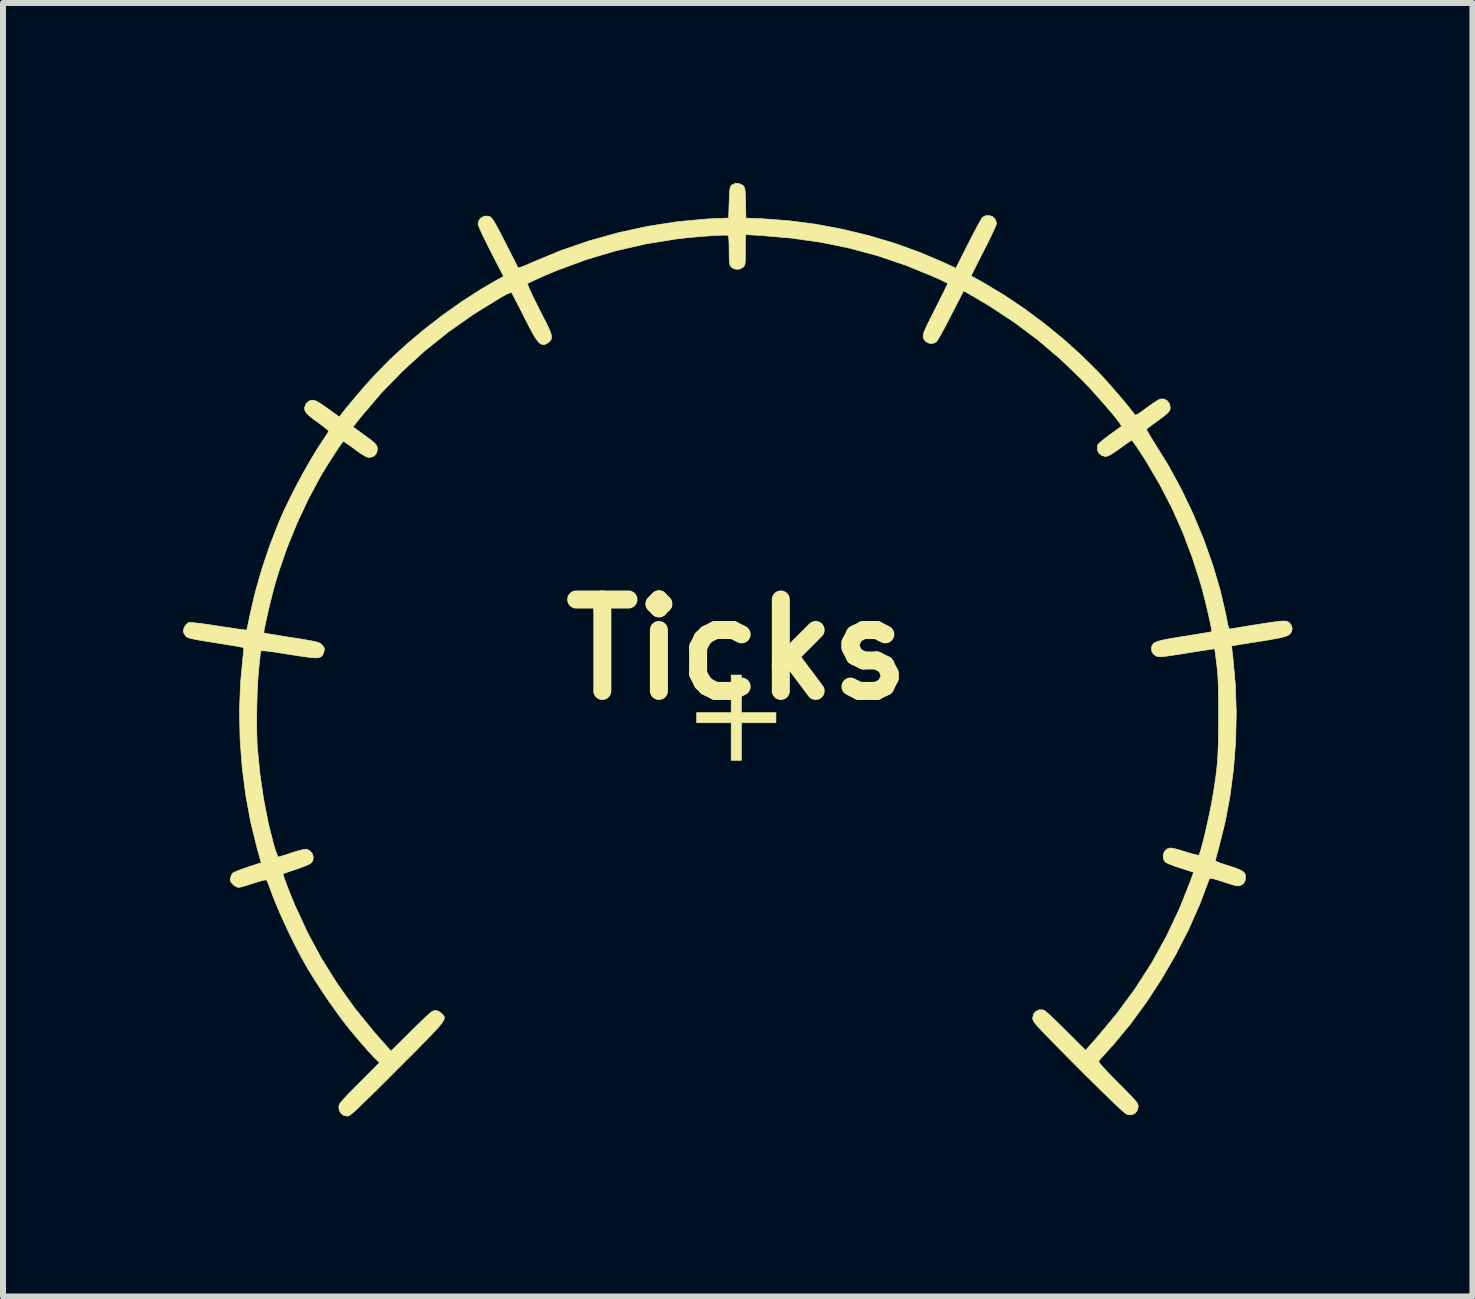
<source format=kicad_pcb>
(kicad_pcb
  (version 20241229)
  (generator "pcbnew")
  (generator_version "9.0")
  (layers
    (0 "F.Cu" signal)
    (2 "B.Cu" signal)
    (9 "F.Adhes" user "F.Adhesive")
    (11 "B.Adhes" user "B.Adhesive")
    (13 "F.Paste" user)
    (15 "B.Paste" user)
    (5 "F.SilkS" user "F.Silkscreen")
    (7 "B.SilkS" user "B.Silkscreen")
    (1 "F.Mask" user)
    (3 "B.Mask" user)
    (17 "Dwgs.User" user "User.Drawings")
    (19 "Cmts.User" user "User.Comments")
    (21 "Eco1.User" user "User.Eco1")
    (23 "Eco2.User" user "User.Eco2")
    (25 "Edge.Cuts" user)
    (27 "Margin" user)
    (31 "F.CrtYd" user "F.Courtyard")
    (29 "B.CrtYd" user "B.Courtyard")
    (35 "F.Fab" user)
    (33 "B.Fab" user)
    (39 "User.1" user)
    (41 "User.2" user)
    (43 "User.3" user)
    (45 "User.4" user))
  (footprint "Ticks"
    (layer "F.Cu")
    (at 9.24 7.778)
    (property "Reference" "Ticks" (at 0 0 0) (layer "F.SilkS") (effects (font (size 1.524 1.524) (thickness 0.3))))
    (attr through_hole)
    (fp_poly (pts (xy 0.068 1.051) (xy 0.644 1.051) (xy 0.644 1.22) (xy 0.068 1.22) (xy 0.068 1.847) (xy -0.102 1.847) (xy -0.102 1.22) (xy -0.678 1.22) (xy -0.678 1.051) (xy -0.102 1.051) (xy -0.102 0.424) (xy 0.068 0.424) (xy 0.068 1.051)) (stroke (width 0.01) (type solid)) (fill yes) (layer "F.SilkS"))
    (fp_poly (pts (xy 0.018 -7.772) (xy 0.068 -7.752) (xy 0.092 -7.738) (xy 0.11 -7.72) (xy 0.122 -7.694) (xy 0.13 -7.653) (xy 0.135 -7.594) (xy 0.138 -7.51) (xy 0.14 -7.422) (xy 0.144 -7.193) (xy 0.424 -7.181) (xy 0.86 -7.149) (xy 1.306 -7.091) (xy 1.754 -7.007) (xy 2.199 -6.899) (xy 2.634 -6.769) (xy 3.052 -6.618) (xy 3.448 -6.448) (xy 3.469 -6.439) (xy 3.643 -6.357) (xy 3.849 -6.765) (xy 3.905 -6.875) (xy 3.958 -6.975) (xy 4.004 -7.063) (xy 4.043 -7.134) (xy 4.071 -7.182) (xy 4.086 -7.204) (xy 4.135 -7.231) (xy 4.195 -7.236) (xy 4.252 -7.219) (xy 4.286 -7.191) (xy 4.311 -7.146) (xy 4.321 -7.103) (xy 4.313 -7.077) (xy 4.292 -7.026) (xy 4.259 -6.953) (xy 4.216 -6.863) (xy 4.166 -6.761) (xy 4.11 -6.651) (xy 4.108 -6.647) (xy 4.052 -6.538) (xy 4.003 -6.44) (xy 3.961 -6.356) (xy 3.928 -6.291) (xy 3.907 -6.247) (xy 3.9 -6.229) (xy 3.9 -6.229) (xy 3.916 -6.22) (xy 3.956 -6.197) (xy 4.016 -6.164) (xy 4.088 -6.123) (xy 4.126 -6.102) (xy 4.455 -5.904) (xy 4.787 -5.681) (xy 5.116 -5.436) (xy 5.434 -5.177) (xy 5.734 -4.907) (xy 6.01 -4.634) (xy 6.086 -4.552) (xy 6.165 -4.465) (xy 6.249 -4.37) (xy 6.335 -4.271) (xy 6.418 -4.174) (xy 6.492 -4.085) (xy 6.555 -4.007) (xy 6.601 -3.948) (xy 6.614 -3.93) (xy 6.625 -3.916) (xy 6.638 -3.91) (xy 6.656 -3.915) (xy 6.687 -3.931) (xy 6.733 -3.963) (xy 6.8 -4.012) (xy 6.824 -4.03) (xy 6.896 -4.081) (xy 6.961 -4.126) (xy 7.015 -4.159) (xy 7.049 -4.176) (xy 7.052 -4.177) (xy 7.113 -4.177) (xy 7.166 -4.149) (xy 7.204 -4.101) (xy 7.217 -4.041) (xy 7.216 -4.012) (xy 7.207 -3.986) (xy 7.189 -3.959) (xy 7.155 -3.927) (xy 7.104 -3.885) (xy 7.029 -3.83) (xy 7.007 -3.813) (xy 6.94 -3.765) (xy 6.884 -3.723) (xy 6.843 -3.693) (xy 6.824 -3.677) (xy 6.823 -3.677) (xy 6.827 -3.659) (xy 6.848 -3.619) (xy 6.881 -3.561) (xy 6.925 -3.49) (xy 6.953 -3.446) (xy 7.187 -3.068) (xy 7.403 -2.67) (xy 7.6 -2.257) (xy 7.775 -1.836) (xy 7.926 -1.41) (xy 8.051 -0.987) (xy 8.147 -0.571) (xy 8.16 -0.503) (xy 8.174 -0.428) (xy 8.185 -0.38) (xy 8.196 -0.354) (xy 8.208 -0.345) (xy 8.226 -0.345) (xy 8.234 -0.347) (xy 8.262 -0.352) (xy 8.319 -0.361) (xy 8.399 -0.375) (xy 8.497 -0.391) (xy 8.608 -0.409) (xy 8.7 -0.423) (xy 8.839 -0.445) (xy 8.949 -0.461) (xy 9.034 -0.472) (xy 9.098 -0.476) (xy 9.144 -0.474) (xy 9.177 -0.465) (xy 9.2 -0.45) (xy 9.218 -0.429) (xy 9.234 -0.404) (xy 9.25 -0.354) (xy 9.243 -0.312) (xy 9.231 -0.285) (xy 9.214 -0.262) (xy 9.189 -0.242) (xy 9.152 -0.225) (xy 9.099 -0.208) (xy 9.027 -0.192) (xy 8.931 -0.174) (xy 8.809 -0.153) (xy 8.693 -0.134) (xy 8.574 -0.116) (xy 8.466 -0.099) (xy 8.375 -0.084) (xy 8.304 -0.072) (xy 8.258 -0.065) (xy 8.241 -0.062) (xy 8.241 -0.062) (xy 8.242 -0.045) (xy 8.246 -0.002) (xy 8.253 0.062) (xy 8.261 0.127) (xy 8.302 0.58) (xy 8.318 1.047) (xy 8.308 1.521) (xy 8.272 1.993) (xy 8.211 2.457) (xy 8.15 2.787) (xy 8.135 2.858) (xy 8.113 2.953) (xy 8.086 3.062) (xy 8.057 3.178) (xy 8.029 3.291) (xy 8.002 3.392) (xy 7.98 3.472) (xy 7.972 3.499) (xy 7.971 3.514) (xy 7.98 3.527) (xy 8.005 3.541) (xy 8.049 3.558) (xy 8.118 3.581) (xy 8.177 3.6) (xy 8.284 3.634) (xy 8.362 3.664) (xy 8.416 3.691) (xy 8.449 3.717) (xy 8.467 3.747) (xy 8.472 3.783) (xy 8.472 3.789) (xy 8.464 3.858) (xy 8.434 3.904) (xy 8.39 3.93) (xy 8.368 3.937) (xy 8.341 3.938) (xy 8.304 3.933) (xy 8.251 3.919) (xy 8.177 3.896) (xy 8.109 3.874) (xy 8.018 3.845) (xy 7.953 3.825) (xy 7.911 3.815) (xy 7.885 3.813) (xy 7.872 3.818) (xy 7.867 3.827) (xy 7.708 4.249) (xy 7.521 4.67) (xy 7.308 5.086) (xy 7.073 5.491) (xy 6.819 5.88) (xy 6.549 6.248) (xy 6.265 6.59) (xy 6.179 6.684) (xy 6.124 6.745) (xy 6.076 6.799) (xy 6.042 6.839) (xy 6.025 6.86) (xy 6.025 6.86) (xy 6.029 6.876) (xy 6.051 6.908) (xy 6.093 6.957) (xy 6.156 7.025) (xy 6.241 7.113) (xy 6.347 7.22) (xy 6.446 7.319) (xy 6.523 7.397) (xy 6.582 7.458) (xy 6.624 7.505) (xy 6.653 7.54) (xy 6.67 7.566) (xy 6.679 7.588) (xy 6.683 7.607) (xy 6.683 7.618) (xy 6.669 7.682) (xy 6.631 7.729) (xy 6.577 7.754) (xy 6.515 7.753) (xy 6.484 7.742) (xy 6.459 7.723) (xy 6.412 7.682) (xy 6.345 7.62) (xy 6.26 7.54) (xy 6.161 7.444) (xy 6.047 7.333) (xy 5.922 7.21) (xy 5.788 7.077) (xy 5.646 6.935) (xy 5.499 6.787) (xy 5.348 6.635) (xy 5.302 6.588) (xy 5.197 6.48) (xy 5.113 6.394) (xy 5.049 6.326) (xy 5.001 6.274) (xy 4.967 6.234) (xy 4.945 6.204) (xy 4.932 6.18) (xy 4.926 6.161) (xy 4.924 6.142) (xy 4.924 6.141) (xy 4.939 6.077) (xy 4.977 6.03) (xy 5.031 6.005) (xy 5.092 6.006) (xy 5.123 6.017) (xy 5.144 6.034) (xy 5.186 6.071) (xy 5.245 6.126) (xy 5.317 6.194) (xy 5.398 6.274) (xy 5.483 6.357) (xy 5.806 6.679) (xy 5.977 6.487) (xy 6.317 6.081) (xy 6.626 5.662) (xy 6.906 5.227) (xy 7.155 4.776) (xy 7.375 4.309) (xy 7.55 3.868) (xy 7.607 3.712) (xy 7.386 3.642) (xy 7.302 3.614) (xy 7.227 3.586) (xy 7.169 3.561) (xy 7.136 3.543) (xy 7.132 3.54) (xy 7.104 3.49) (xy 7.099 3.43) (xy 7.117 3.373) (xy 7.144 3.339) (xy 7.171 3.321) (xy 7.198 3.31) (xy 7.231 3.308) (xy 7.276 3.315) (xy 7.339 3.331) (xy 7.426 3.357) (xy 7.472 3.372) (xy 7.551 3.396) (xy 7.619 3.415) (xy 7.668 3.426) (xy 7.693 3.428) (xy 7.694 3.427) (xy 7.707 3.4) (xy 7.725 3.344) (xy 7.747 3.265) (xy 7.773 3.166) (xy 7.8 3.054) (xy 7.828 2.931) (xy 7.856 2.804) (xy 7.883 2.677) (xy 7.907 2.554) (xy 7.927 2.44) (xy 7.928 2.432) (xy 7.953 2.282) (xy 7.973 2.147) (xy 7.989 2.022) (xy 8.001 1.901) (xy 8.01 1.777) (xy 8.016 1.643) (xy 8.02 1.495) (xy 8.022 1.326) (xy 8.023 1.128) (xy 8.023 1.118) (xy 8.023 0.939) (xy 8.021 0.788) (xy 8.019 0.662) (xy 8.016 0.554) (xy 8.012 0.461) (xy 8.006 0.377) (xy 7.998 0.297) (xy 7.992 0.246) (xy 7.981 0.157) (xy 7.971 0.082) (xy 7.963 0.025) (xy 7.958 -0.007) (xy 7.957 -0.012) (xy 7.94 -0.011) (xy 7.894 -0.004) (xy 7.823 0.006) (xy 7.732 0.02) (xy 7.624 0.037) (xy 7.505 0.056) (xy 7.497 0.058) (xy 7.359 0.08) (xy 7.251 0.096) (xy 7.168 0.108) (xy 7.105 0.116) (xy 7.06 0.119) (xy 7.027 0.119) (xy 7.004 0.115) (xy 6.985 0.109) (xy 6.934 0.073) (xy 6.906 0.02) (xy 6.905 -0.039) (xy 6.908 -0.049) (xy 6.919 -0.075) (xy 6.936 -0.098) (xy 6.962 -0.117) (xy 7 -0.134) (xy 7.055 -0.15) (xy 7.13 -0.167) (xy 7.228 -0.185) (xy 7.354 -0.206) (xy 7.456 -0.222) (xy 7.575 -0.241) (xy 7.682 -0.259) (xy 7.774 -0.274) (xy 7.845 -0.285) (xy 7.892 -0.294) (xy 7.91 -0.297) (xy 7.91 -0.297) (xy 7.909 -0.315) (xy 7.901 -0.361) (xy 7.888 -0.428) (xy 7.869 -0.513) (xy 7.848 -0.609) (xy 7.824 -0.712) (xy 7.799 -0.815) (xy 7.774 -0.914) (xy 7.751 -1.004) (xy 7.73 -1.078) (xy 7.728 -1.086) (xy 7.586 -1.531) (xy 7.427 -1.952) (xy 7.247 -2.356) (xy 7.044 -2.749) (xy 6.815 -3.139) (xy 6.723 -3.283) (xy 6.674 -3.356) (xy 6.632 -3.418) (xy 6.599 -3.464) (xy 6.58 -3.488) (xy 6.576 -3.491) (xy 6.559 -3.481) (xy 6.52 -3.455) (xy 6.465 -3.416) (xy 6.398 -3.368) (xy 6.38 -3.355) (xy 6.297 -3.296) (xy 6.235 -3.256) (xy 6.189 -3.232) (xy 6.154 -3.221) (xy 6.138 -3.219) (xy 6.077 -3.234) (xy 6.03 -3.272) (xy 6.003 -3.326) (xy 6.001 -3.386) (xy 6.014 -3.421) (xy 6.033 -3.441) (xy 6.075 -3.477) (xy 6.132 -3.523) (xy 6.2 -3.574) (xy 6.213 -3.584) (xy 6.281 -3.633) (xy 6.339 -3.675) (xy 6.381 -3.705) (xy 6.401 -3.72) (xy 6.403 -3.721) (xy 6.398 -3.738) (xy 6.374 -3.777) (xy 6.331 -3.833) (xy 6.274 -3.905) (xy 6.205 -3.988) (xy 6.126 -4.08) (xy 6.041 -4.176) (xy 5.953 -4.275) (xy 5.863 -4.373) (xy 5.775 -4.465) (xy 5.737 -4.505) (xy 5.382 -4.846) (xy 5.011 -5.161) (xy 4.62 -5.454) (xy 4.205 -5.727) (xy 4.009 -5.844) (xy 3.773 -5.981) (xy 3.563 -5.57) (xy 3.506 -5.46) (xy 3.453 -5.359) (xy 3.405 -5.272) (xy 3.365 -5.201) (xy 3.335 -5.153) (xy 3.318 -5.13) (xy 3.318 -5.13) (xy 3.265 -5.104) (xy 3.205 -5.104) (xy 3.152 -5.127) (xy 3.14 -5.138) (xy 3.119 -5.162) (xy 3.105 -5.185) (xy 3.098 -5.21) (xy 3.1 -5.242) (xy 3.111 -5.285) (xy 3.133 -5.341) (xy 3.167 -5.415) (xy 3.214 -5.51) (xy 3.275 -5.631) (xy 3.295 -5.671) (xy 3.35 -5.78) (xy 3.4 -5.88) (xy 3.443 -5.966) (xy 3.476 -6.034) (xy 3.499 -6.08) (xy 3.507 -6.101) (xy 3.508 -6.102) (xy 3.493 -6.112) (xy 3.452 -6.133) (xy 3.391 -6.163) (xy 3.314 -6.198) (xy 3.258 -6.223) (xy 2.8 -6.409) (xy 2.34 -6.565) (xy 1.873 -6.691) (xy 1.396 -6.789) (xy 0.904 -6.859) (xy 0.395 -6.903) (xy 0.343 -6.906) (xy 0.136 -6.917) (xy 0.136 -6.664) (xy 0.135 -6.566) (xy 0.134 -6.496) (xy 0.131 -6.449) (xy 0.125 -6.417) (xy 0.116 -6.396) (xy 0.103 -6.38) (xy 0.096 -6.374) (xy 0.042 -6.343) (xy -0.02 -6.338) (xy -0.078 -6.359) (xy -0.099 -6.377) (xy -0.113 -6.394) (xy -0.124 -6.416) (xy -0.13 -6.446) (xy -0.134 -6.492) (xy -0.135 -6.56) (xy -0.136 -6.655) (xy -0.137 -6.752) (xy -0.14 -6.829) (xy -0.145 -6.881) (xy -0.152 -6.905) (xy -0.153 -6.905) (xy -0.177 -6.908) (xy -0.229 -6.908) (xy -0.305 -6.906) (xy -0.399 -6.901) (xy -0.506 -6.893) (xy -0.62 -6.884) (xy -0.738 -6.874) (xy -0.852 -6.863) (xy -0.959 -6.851) (xy -1.011 -6.845) (xy -1.521 -6.763) (xy -2.025 -6.647) (xy -2.523 -6.499) (xy -3.012 -6.318) (xy -3.245 -6.22) (xy -3.328 -6.182) (xy -3.401 -6.149) (xy -3.457 -6.122) (xy -3.49 -6.105) (xy -3.497 -6.1) (xy -3.493 -6.082) (xy -3.476 -6.038) (xy -3.446 -5.971) (xy -3.406 -5.886) (xy -3.357 -5.787) (xy -3.302 -5.677) (xy -3.297 -5.667) (xy -3.23 -5.535) (xy -3.177 -5.431) (xy -3.139 -5.349) (xy -3.113 -5.286) (xy -3.098 -5.238) (xy -3.095 -5.202) (xy -3.1 -5.175) (xy -3.115 -5.152) (xy -3.136 -5.129) (xy -3.145 -5.122) (xy -3.186 -5.095) (xy -3.226 -5.083) (xy -3.227 -5.083) (xy -3.256 -5.087) (xy -3.284 -5.101) (xy -3.314 -5.127) (xy -3.347 -5.168) (xy -3.386 -5.229) (xy -3.432 -5.311) (xy -3.489 -5.419) (xy -3.55 -5.539) (xy -3.603 -5.644) (xy -3.652 -5.741) (xy -3.695 -5.823) (xy -3.728 -5.888) (xy -3.75 -5.93) (xy -3.758 -5.944) (xy -3.772 -5.951) (xy -3.799 -5.944) (xy -3.845 -5.924) (xy -3.912 -5.887) (xy -3.941 -5.87) (xy -4.39 -5.594) (xy -4.813 -5.297) (xy -5.211 -4.979) (xy -5.585 -4.638) (xy -5.938 -4.273) (xy -6.271 -3.882) (xy -6.309 -3.834) (xy -6.406 -3.712) (xy -6.258 -3.605) (xy -6.167 -3.539) (xy -6.1 -3.488) (xy -6.053 -3.449) (xy -6.024 -3.418) (xy -6.007 -3.391) (xy -6 -3.364) (xy -5.998 -3.339) (xy -6.013 -3.274) (xy -6.053 -3.227) (xy -6.112 -3.204) (xy -6.133 -3.203) (xy -6.164 -3.208) (xy -6.204 -3.224) (xy -6.257 -3.256) (xy -6.328 -3.305) (xy -6.373 -3.338) (xy -6.441 -3.388) (xy -6.5 -3.429) (xy -6.543 -3.459) (xy -6.565 -3.473) (xy -6.566 -3.474) (xy -6.579 -3.46) (xy -6.607 -3.422) (xy -6.646 -3.365) (xy -6.693 -3.294) (xy -6.745 -3.213) (xy -6.8 -3.128) (xy -6.854 -3.042) (xy -6.903 -2.962) (xy -6.945 -2.891) (xy -6.955 -2.873) (xy -7.155 -2.5) (xy -7.34 -2.104) (xy -7.505 -1.697) (xy -7.647 -1.287) (xy -7.703 -1.102) (xy -7.726 -1.017) (xy -7.752 -0.918) (xy -7.779 -0.812) (xy -7.805 -0.703) (xy -7.83 -0.596) (xy -7.852 -0.497) (xy -7.87 -0.411) (xy -7.884 -0.342) (xy -7.891 -0.296) (xy -7.892 -0.278) (xy -7.874 -0.274) (xy -7.827 -0.265) (xy -7.756 -0.253) (xy -7.664 -0.238) (xy -7.556 -0.22) (xy -7.436 -0.201) (xy -7.429 -0.2) (xy -7.293 -0.179) (xy -7.186 -0.161) (xy -7.105 -0.147) (xy -7.045 -0.135) (xy -7.002 -0.124) (xy -6.971 -0.113) (xy -6.95 -0.102) (xy -6.933 -0.089) (xy -6.924 -0.08) (xy -6.892 -0.042) (xy -6.883 -0.008) (xy -6.886 0.02) (xy -6.9 0.066) (xy -6.917 0.098) (xy -6.935 0.116) (xy -6.956 0.128) (xy -6.986 0.136) (xy -7.028 0.138) (xy -7.085 0.135) (xy -7.163 0.126) (xy -7.265 0.112) (xy -7.395 0.092) (xy -7.442 0.085) (xy -7.585 0.062) (xy -7.699 0.044) (xy -7.786 0.032) (xy -7.85 0.024) (xy -7.895 0.02) (xy -7.923 0.02) (xy -7.939 0.024) (xy -7.946 0.031) (xy -7.948 0.038) (xy -7.95 0.062) (xy -7.955 0.113) (xy -7.962 0.183) (xy -7.972 0.266) (xy -7.973 0.28) (xy -7.985 0.409) (xy -7.995 0.564) (xy -8.003 0.737) (xy -8.008 0.92) (xy -8.011 1.105) (xy -8.011 1.283) (xy -8.008 1.448) (xy -8.003 1.59) (xy -8 1.635) (xy -7.958 2.066) (xy -7.896 2.49) (xy -7.816 2.899) (xy -7.734 3.227) (xy -7.71 3.31) (xy -7.687 3.379) (xy -7.668 3.429) (xy -7.655 3.455) (xy -7.652 3.457) (xy -7.63 3.452) (xy -7.582 3.438) (xy -7.516 3.417) (xy -7.437 3.391) (xy -7.425 3.387) (xy -7.323 3.355) (xy -7.244 3.335) (xy -7.192 3.327) (xy -7.176 3.328) (xy -7.12 3.357) (xy -7.083 3.404) (xy -7.067 3.461) (xy -7.076 3.519) (xy -7.099 3.553) (xy -7.128 3.573) (xy -7.184 3.599) (xy -7.259 3.629) (xy -7.347 3.66) (xy -7.349 3.661) (xy -7.429 3.687) (xy -7.496 3.71) (xy -7.545 3.727) (xy -7.57 3.737) (xy -7.572 3.737) (xy -7.569 3.755) (xy -7.555 3.8) (xy -7.532 3.866) (xy -7.5 3.95) (xy -7.463 4.046) (xy -7.421 4.149) (xy -7.377 4.256) (xy -7.368 4.275) (xy -7.161 4.724) (xy -6.927 5.157) (xy -6.665 5.574) (xy -6.374 5.981) (xy -6.051 6.378) (xy -5.934 6.511) (xy -5.771 6.693) (xy -5.43 6.354) (xy -5.329 6.254) (xy -5.248 6.176) (xy -5.186 6.116) (xy -5.138 6.073) (xy -5.102 6.044) (xy -5.075 6.027) (xy -5.053 6.018) (xy -5.035 6.015) (xy -5.034 6.015) (xy -4.978 6.028) (xy -4.928 6.067) (xy -4.909 6.085) (xy -4.895 6.102) (xy -4.886 6.12) (xy -4.883 6.14) (xy -4.889 6.165) (xy -4.904 6.195) (xy -4.93 6.234) (xy -4.969 6.282) (xy -5.022 6.341) (xy -5.09 6.414) (xy -5.176 6.503) (xy -5.28 6.608) (xy -5.403 6.733) (xy -5.549 6.878) (xy -5.673 7.002) (xy -5.829 7.159) (xy -5.964 7.293) (xy -6.078 7.406) (xy -6.174 7.5) (xy -6.253 7.577) (xy -6.317 7.639) (xy -6.369 7.687) (xy -6.409 7.722) (xy -6.44 7.747) (xy -6.464 7.764) (xy -6.482 7.773) (xy -6.496 7.777) (xy -6.504 7.778) (xy -6.567 7.761) (xy -6.601 7.736) (xy -6.635 7.684) (xy -6.642 7.631) (xy -6.641 7.611) (xy -6.636 7.591) (xy -6.624 7.568) (xy -6.602 7.539) (xy -6.569 7.5) (xy -6.521 7.448) (xy -6.456 7.381) (xy -6.371 7.295) (xy -6.303 7.227) (xy -5.964 6.886) (xy -6.017 6.836) (xy -6.062 6.791) (xy -6.123 6.724) (xy -6.196 6.642) (xy -6.277 6.55) (xy -6.36 6.452) (xy -6.441 6.355) (xy -6.515 6.263) (xy -6.53 6.244) (xy -6.617 6.13) (xy -6.715 5.995) (xy -6.82 5.846) (xy -6.924 5.691) (xy -7.024 5.539) (xy -7.113 5.396) (xy -7.157 5.325) (xy -7.256 5.148) (xy -7.36 4.952) (xy -7.463 4.744) (xy -7.562 4.532) (xy -7.654 4.326) (xy -7.733 4.132) (xy -7.786 3.99) (xy -7.809 3.927) (xy -7.83 3.875) (xy -7.844 3.844) (xy -7.847 3.84) (xy -7.867 3.84) (xy -7.912 3.849) (xy -7.977 3.867) (xy -8.054 3.891) (xy -8.068 3.895) (xy -8.151 3.922) (xy -8.224 3.944) (xy -8.281 3.959) (xy -8.315 3.965) (xy -8.317 3.965) (xy -8.353 3.953) (xy -8.396 3.925) (xy -8.408 3.914) (xy -8.441 3.875) (xy -8.452 3.841) (xy -8.449 3.809) (xy -8.433 3.762) (xy -8.414 3.728) (xy -8.389 3.714) (xy -8.339 3.691) (xy -8.27 3.665) (xy -8.188 3.636) (xy -8.163 3.627) (xy -7.936 3.553) (xy -8.001 3.323) (xy -8.109 2.886) (xy -8.193 2.432) (xy -8.253 1.967) (xy -8.288 1.498) (xy -8.298 1.031) (xy -8.282 0.573) (xy -8.244 0.161) (xy -8.235 0.085) (xy -8.23 0.023) (xy -8.227 -0.019) (xy -8.228 -0.033) (xy -8.246 -0.037) (xy -8.294 -0.046) (xy -8.365 -0.059) (xy -8.458 -0.074) (xy -8.566 -0.092) (xy -8.686 -0.111) (xy -8.697 -0.113) (xy -8.834 -0.135) (xy -8.942 -0.153) (xy -9.024 -0.167) (xy -9.085 -0.18) (xy -9.128 -0.19) (xy -9.157 -0.201) (xy -9.177 -0.212) (xy -9.192 -0.224) (xy -9.197 -0.23) (xy -9.223 -0.269) (xy -9.235 -0.306) (xy -9.235 -0.307) (xy -9.223 -0.361) (xy -9.193 -0.412) (xy -9.154 -0.446) (xy -9.139 -0.451) (xy -9.111 -0.452) (xy -9.054 -0.447) (xy -8.972 -0.438) (xy -8.871 -0.425) (xy -8.755 -0.408) (xy -8.639 -0.39) (xy -8.519 -0.372) (xy -8.41 -0.355) (xy -8.317 -0.342) (xy -8.245 -0.332) (xy -8.197 -0.326) (xy -8.178 -0.325) (xy -8.178 -0.325) (xy -8.173 -0.342) (xy -8.163 -0.388) (xy -8.148 -0.455) (xy -8.131 -0.538) (xy -8.118 -0.602) (xy -8.033 -0.964) (xy -7.926 -1.339) (xy -7.8 -1.715) (xy -7.658 -2.082) (xy -7.624 -2.163) (xy -7.541 -2.349) (xy -7.444 -2.548) (xy -7.34 -2.752) (xy -7.23 -2.956) (xy -7.119 -3.151) (xy -7.011 -3.33) (xy -6.91 -3.486) (xy -6.886 -3.521) (xy -6.85 -3.574) (xy -6.824 -3.617) (xy -6.812 -3.641) (xy -6.812 -3.643) (xy -6.825 -3.658) (xy -6.86 -3.689) (xy -6.913 -3.729) (xy -6.978 -3.777) (xy -6.981 -3.78) (xy -7.072 -3.846) (xy -7.137 -3.899) (xy -7.18 -3.941) (xy -7.205 -3.978) (xy -7.213 -4.011) (xy -7.211 -4.041) (xy -7.184 -4.105) (xy -7.136 -4.145) (xy -7.078 -4.158) (xy -7.047 -4.153) (xy -7.008 -4.137) (xy -6.956 -4.107) (xy -6.887 -4.06) (xy -6.827 -4.018) (xy -6.634 -3.878) (xy -6.591 -3.933) (xy -6.536 -4.005) (xy -6.462 -4.094) (xy -6.378 -4.195) (xy -6.287 -4.301) (xy -6.197 -4.406) (xy -6.111 -4.501) (xy -6.052 -4.567) (xy -5.8 -4.824) (xy -5.521 -5.082) (xy -5.221 -5.334) (xy -4.909 -5.576) (xy -4.589 -5.802) (xy -4.27 -6.007) (xy -4.096 -6.109) (xy -3.896 -6.222) (xy -4.109 -6.635) (xy -4.172 -6.76) (xy -4.226 -6.87) (xy -4.27 -6.963) (xy -4.301 -7.034) (xy -4.318 -7.08) (xy -4.321 -7.096) (xy -4.306 -7.155) (xy -4.267 -7.2) (xy -4.213 -7.225) (xy -4.152 -7.226) (xy -4.123 -7.216) (xy -4.105 -7.203) (xy -4.085 -7.18) (xy -4.059 -7.142) (xy -4.026 -7.087) (xy -3.984 -7.01) (xy -3.931 -6.91) (xy -3.868 -6.786) (xy -3.813 -6.678) (xy -3.763 -6.579) (xy -3.72 -6.495) (xy -3.687 -6.428) (xy -3.664 -6.383) (xy -3.655 -6.364) (xy -3.655 -6.364) (xy -3.639 -6.365) (xy -3.597 -6.378) (xy -3.535 -6.402) (xy -3.46 -6.434) (xy -3.417 -6.454) (xy -2.955 -6.646) (xy -2.477 -6.811) (xy -1.988 -6.948) (xy -1.492 -7.056) (xy -0.994 -7.133) (xy -0.497 -7.179) (xy -0.271 -7.189) (xy -0.144 -7.193) (xy -0.136 -7.453) (xy -0.132 -7.552) (xy -0.128 -7.624) (xy -0.124 -7.672) (xy -0.117 -7.704) (xy -0.108 -7.724) (xy -0.094 -7.739) (xy -0.087 -7.745) (xy -0.036 -7.773) (xy 0.018 -7.772)) (stroke (width 0.01) (type solid)) (fill yes) (layer "F.SilkS")))
  (gr_rect
    (start -3 -3)
    (end 21.495 18.561)
    (stroke (width 0.1) (type default))
    (fill no)
    (layer "Edge.Cuts")))
</source>
